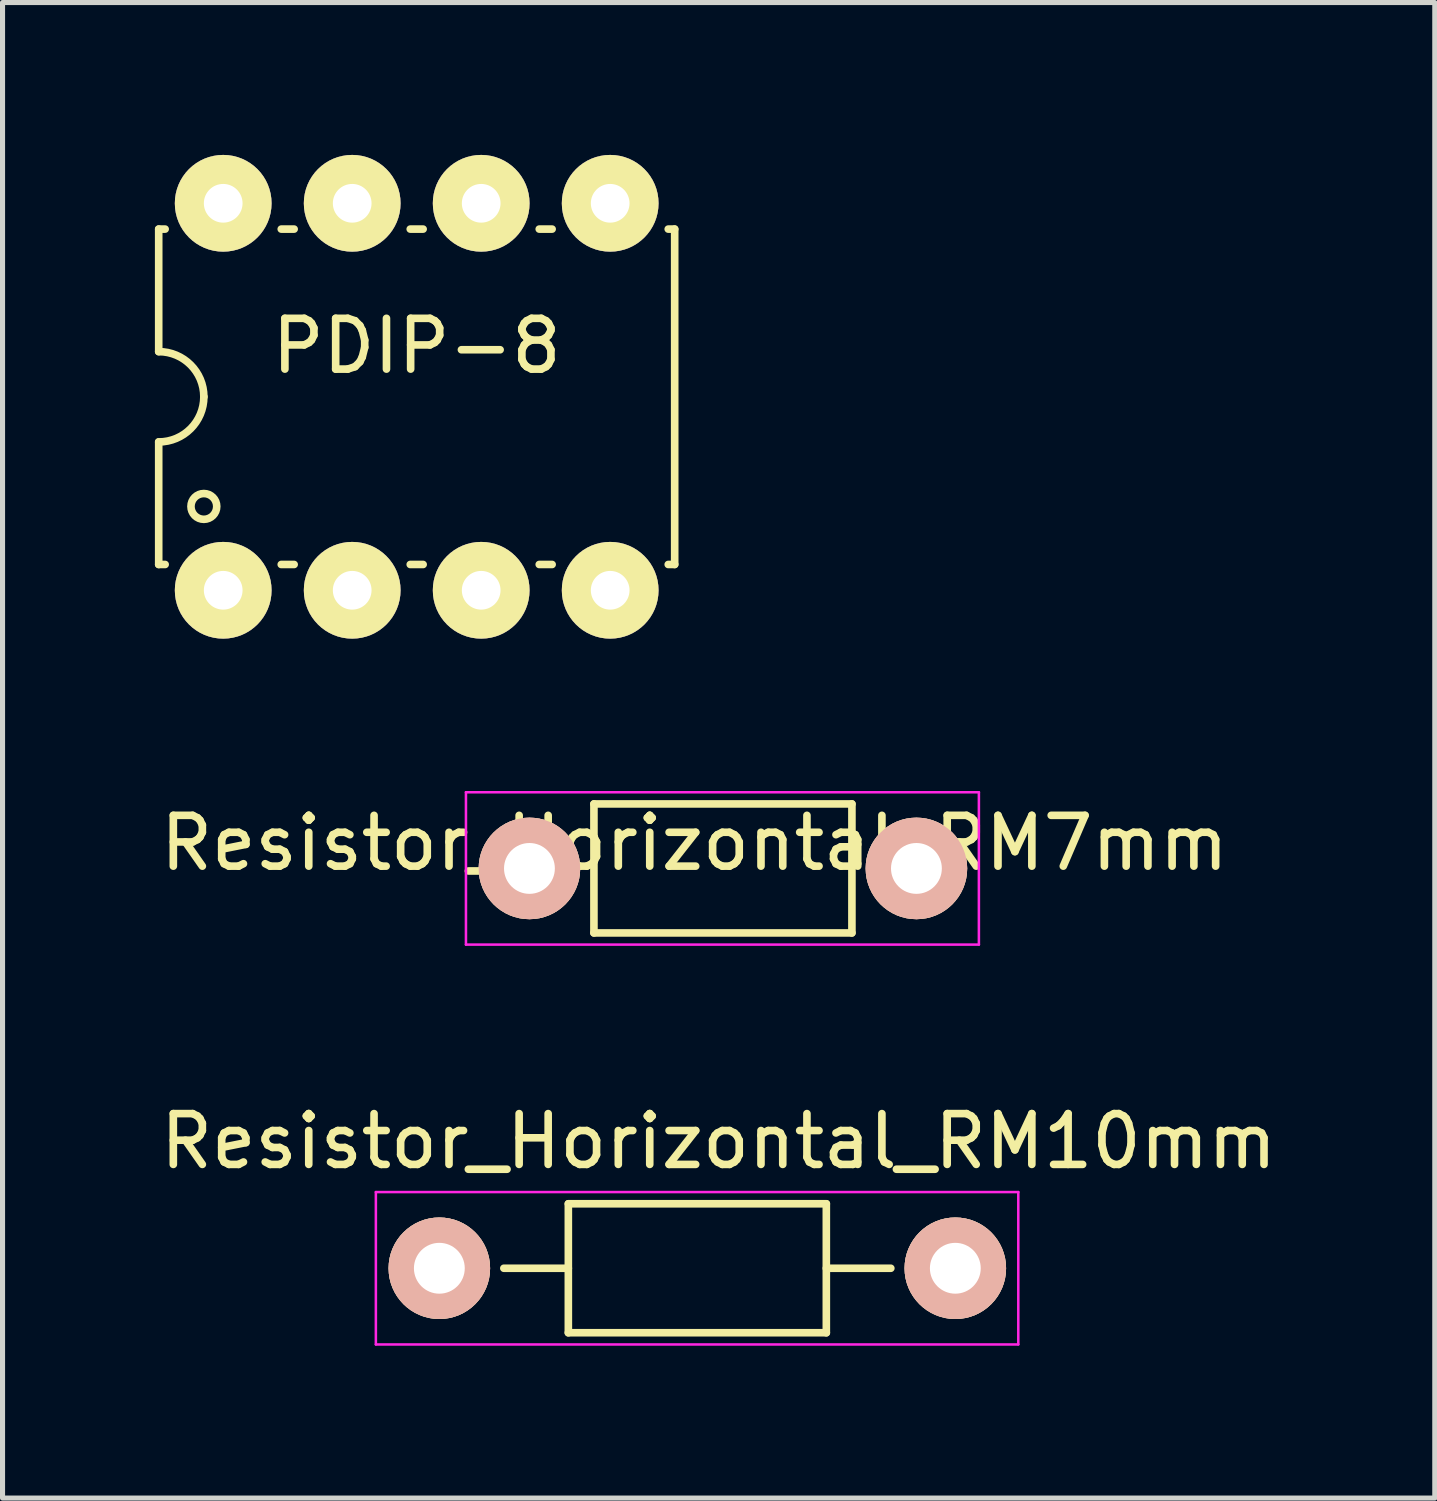
<source format=kicad_pcb>
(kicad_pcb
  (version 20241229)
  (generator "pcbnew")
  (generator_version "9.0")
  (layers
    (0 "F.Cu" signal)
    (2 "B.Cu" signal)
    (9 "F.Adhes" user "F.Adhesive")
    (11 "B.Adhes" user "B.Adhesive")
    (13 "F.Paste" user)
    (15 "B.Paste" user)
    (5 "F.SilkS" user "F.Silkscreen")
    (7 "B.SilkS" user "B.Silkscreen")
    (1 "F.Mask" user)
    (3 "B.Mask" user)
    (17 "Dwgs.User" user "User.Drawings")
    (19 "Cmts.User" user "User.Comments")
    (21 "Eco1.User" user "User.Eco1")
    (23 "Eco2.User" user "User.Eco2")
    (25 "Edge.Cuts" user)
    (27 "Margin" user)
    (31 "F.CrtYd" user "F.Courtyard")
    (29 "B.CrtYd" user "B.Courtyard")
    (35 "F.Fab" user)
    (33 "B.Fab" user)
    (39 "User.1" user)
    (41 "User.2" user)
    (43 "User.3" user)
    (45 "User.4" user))
  (footprint "Resistor_Horizontal_RM10mm"
    (layer "F.Cu")
    (at 5.601 21.923)
    (property "Reference" "Resistor_Horizontal_RM10mm" (at 5.5 -2.5 0) (layer "F.SilkS") (effects (font (size 1 1) (thickness 0.15))))
    (attr through_hole)
    (fp_line (start 2.54 -1.27) (end 7.62 -1.27) (stroke (width 0.15) (type solid)) (layer "F.SilkS"))
    (fp_line (start 2.54 0) (end 1.27 0) (stroke (width 0.15) (type solid)) (layer "F.SilkS"))
    (fp_line (start 2.54 1.27) (end 2.54 -1.27) (stroke (width 0.15) (type solid)) (layer "F.SilkS"))
    (fp_line (start 7.62 -1.27) (end 7.62 1.27) (stroke (width 0.15) (type solid)) (layer "F.SilkS"))
    (fp_line (start 7.62 0) (end 8.89 0) (stroke (width 0.15) (type solid)) (layer "F.SilkS"))
    (fp_line (start 7.62 1.27) (end 2.54 1.27) (stroke (width 0.15) (type solid)) (layer "F.SilkS"))
    (fp_line (start -1.25 -1.5) (end 11.4 -1.5) (stroke (width 0.05) (type solid)) (layer "F.CrtYd"))
    (fp_line (start -1.25 1.5) (end -1.25 -1.5) (stroke (width 0.05) (type solid)) (layer "F.CrtYd"))
    (fp_line (start -1.25 1.5) (end 11.4 1.5) (stroke (width 0.05) (type solid)) (layer "F.CrtYd"))
    (fp_line (start 11.4 -1.5) (end 11.4 1.5) (stroke (width 0.05) (type solid)) (layer "F.CrtYd"))
    (pad "1" thru_hole circle (at 0 0) (size 1.999 1.999) (drill 1.001) (layers "*.Cu" "*.SilkS" "*.Mask"))
    (pad "2" thru_hole circle (at 10.16 0) (size 1.999 1.999) (drill 1.001) (layers "*.Cu" "*.SilkS" "*.Mask")))
  (footprint "PDIP-8"
    (layer "F.Cu")
    (at 5.155 4.763)
    (property "Reference" "PDIP-8" (at 0 -1 0) (layer "F.SilkS") (effects (font (size 1 1) (thickness 0.15))))
    (attr through_hole)
    (fp_line (start -5.08 -3.302) (end -4.953 -3.302) (stroke (width 0.15) (type solid)) (layer "F.SilkS"))
    (fp_line (start -5.08 -0.889) (end -5.08 -3.302) (stroke (width 0.15) (type solid)) (layer "F.SilkS"))
    (fp_line (start -5.08 0.889) (end -5.08 3.302) (stroke (width 0.15) (type solid)) (layer "F.SilkS"))
    (fp_line (start -5.08 3.302) (end -4.953 3.302) (stroke (width 0.15) (type solid)) (layer "F.SilkS"))
    (fp_line (start -2.667 -3.302) (end -2.413 -3.302) (stroke (width 0.15) (type solid)) (layer "F.SilkS"))
    (fp_line (start -2.667 3.302) (end -2.413 3.302) (stroke (width 0.15) (type solid)) (layer "F.SilkS"))
    (fp_line (start -0.127 -3.302) (end 0.127 -3.302) (stroke (width 0.15) (type solid)) (layer "F.SilkS"))
    (fp_line (start -0.127 3.302) (end 0.127 3.302) (stroke (width 0.15) (type solid)) (layer "F.SilkS"))
    (fp_line (start 2.413 -3.302) (end 2.667 -3.302) (stroke (width 0.15) (type solid)) (layer "F.SilkS"))
    (fp_line (start 2.413 3.302) (end 2.667 3.302) (stroke (width 0.15) (type solid)) (layer "F.SilkS"))
    (fp_line (start 5.08 -3.302) (end 4.953 -3.302) (stroke (width 0.15) (type solid)) (layer "F.SilkS"))
    (fp_line (start 5.08 3.302) (end 4.953 3.302) (stroke (width 0.15) (type solid)) (layer "F.SilkS"))
    (fp_line (start 5.08 3.302) (end 5.08 -3.302) (stroke (width 0.15) (type solid)) (layer "F.SilkS"))
    (fp_arc (start -5.08 -0.889) (mid -4.451382 -0.628618) (end -4.191 0) (stroke (width 0.15) (type solid)) (layer "F.SilkS"))
    (fp_arc (start -4.191 0) (mid -4.451382 0.628618) (end -5.08 0.889) (stroke (width 0.15) (type solid)) (layer "F.SilkS"))
    (fp_circle (center -4.191 2.159) (end -3.937 2.159) (stroke (width 0.15) (type solid)) (fill no) (layer "F.SilkS"))
    (pad "1" thru_hole circle (at -3.81 3.81) (size 1.905 1.905) (drill 0.762) (layers "*.Cu" "*.Mask" "F.SilkS"))
    (pad "2" thru_hole circle (at -1.27 3.81) (size 1.905 1.905) (drill 0.762) (layers "*.Cu" "*.Mask" "F.SilkS"))
    (pad "3" thru_hole circle (at 1.27 3.81) (size 1.905 1.905) (drill 0.762) (layers "*.Cu" "*.Mask" "F.SilkS"))
    (pad "4" thru_hole circle (at 3.81 3.81) (size 1.905 1.905) (drill 0.762) (layers "*.Cu" "*.Mask" "F.SilkS"))
    (pad "5" thru_hole circle (at 3.81 -3.81) (size 1.905 1.905) (drill 0.762) (layers "*.Cu" "*.Mask" "F.SilkS"))
    (pad "6" thru_hole circle (at 1.27 -3.81) (size 1.905 1.905) (drill 0.762) (layers "*.Cu" "*.Mask" "F.SilkS"))
    (pad "7" thru_hole circle (at -1.27 -3.81) (size 1.905 1.905) (drill 0.762) (layers "*.Cu" "*.Mask" "F.SilkS"))
    (pad "8" thru_hole circle (at -3.81 -3.81) (size 1.905 1.905) (drill 0.762) (layers "*.Cu" "*.Mask" "F.SilkS")))
  (footprint "Resistor_Horizontal_RM7mm"
    (layer "F.Cu")
    (at 7.375 14.05)
    (property "Reference" "Resistor_Horizontal_RM7mm" (at 3.25 -0.5 0) (layer "F.SilkS") (effects (font (size 1 1) (thickness 0.15))))
    (attr through_hole)
    (fp_line (start 1.27 -1.27) (end 6.35 -1.27) (stroke (width 0.15) (type solid)) (layer "F.SilkS"))
    (fp_line (start 1.27 1.27) (end 1.27 -1.27) (stroke (width 0.15) (type solid)) (layer "F.SilkS"))
    (fp_line (start 6.35 -1.27) (end 6.35 1.27) (stroke (width 0.15) (type solid)) (layer "F.SilkS"))
    (fp_line (start 6.35 1.27) (end 1.27 1.27) (stroke (width 0.15) (type solid)) (layer "F.SilkS"))
    (fp_line (start -1.25 -1.5) (end 8.85 -1.5) (stroke (width 0.05) (type solid)) (layer "F.CrtYd"))
    (fp_line (start -1.25 1.5) (end -1.25 -1.5) (stroke (width 0.05) (type solid)) (layer "F.CrtYd"))
    (fp_line (start -1.25 1.5) (end 8.85 1.5) (stroke (width 0.05) (type solid)) (layer "F.CrtYd"))
    (fp_line (start 8.85 -1.5) (end 8.85 1.5) (stroke (width 0.05) (type solid)) (layer "F.CrtYd"))
    (pad "1" thru_hole circle (at 0 0) (size 1.999 1.999) (drill 1.001) (layers "*.Cu" "*.SilkS" "*.Mask"))
    (pad "2" thru_hole circle (at 7.62 0) (size 1.999 1.999) (drill 1.001) (layers "*.Cu" "*.SilkS" "*.Mask")))
  (gr_rect
    (start -3 -3)
    (end 25.202 26.448)
    (stroke (width 0.1) (type default))
    (fill no)
    (layer "Edge.Cuts")))
</source>
